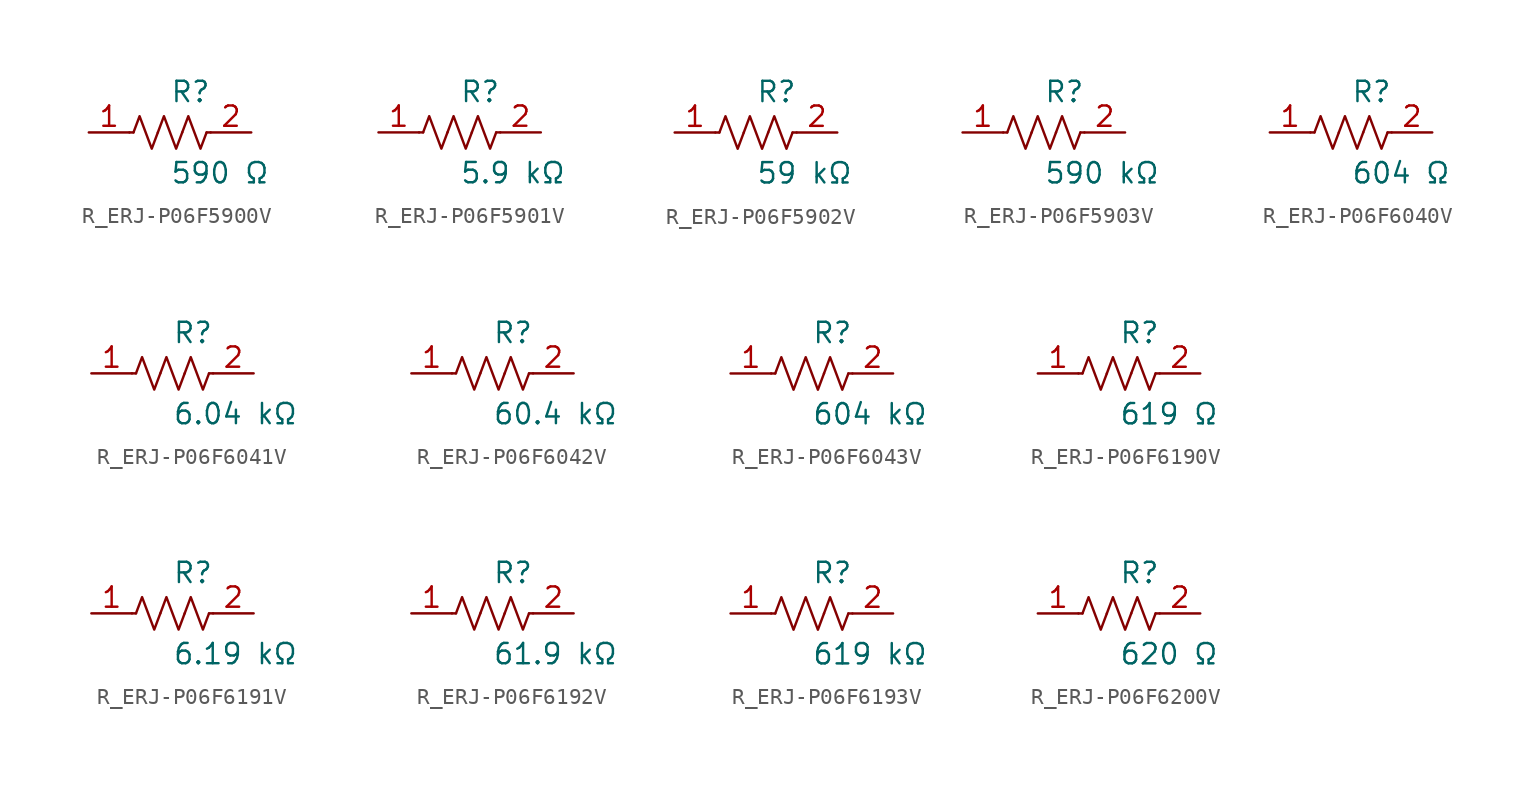
<source format=kicad_sym>
(kicad_symbol_lib
  (version 20231120)
  (generator kicad_symbol_editor)
  (generator_version 8.0)
  (symbol "R_ERJ-P06F5900V"
    (pin_names
      (offset 0.254))
    (property "Reference" "R"
      (at 0 2.54 0)
      (effects (font (size 1.27 1.27)) (justify left)))
    (property "Value" "590 Ω"
      (at 0 -2.54 0)
      (effects (font (size 1.27 1.27)) (justify left)))
    (symbol "R_ERJ-P06F5900V_0_1"
      (polyline (pts (xy 2.286 0) (xy 2.54 0)) (stroke (width 0) (type default)) (fill (type none)))
      (polyline (pts (xy -2.286 0) (xy -2.54 0)) (stroke (width 0) (type default)) (fill (type none)))
      (polyline (pts (xy 0.762 0) (xy 1.143 1.016) (xy 1.524 0) (xy 1.905 -1.016) (xy 2.286 0)) (stroke (width 0) (type default)) (fill (type none)))
      (polyline (pts (xy -0.762 0) (xy -0.381 1.016) (xy 0 0) (xy 0.381 -1.016) (xy 0.762 0)) (stroke (width 0) (type default)) (fill (type none)))
      (polyline (pts (xy -2.286 0) (xy -1.905 1.016) (xy -1.524 0) (xy -1.143 -1.016) (xy -0.762 0)) (stroke (width 0) (type default)) (fill (type none))))
    (pin passive line
      (at -5.08 0 0)
      (length 2.54)
      (name "" (effects (font (size 1.27 1.27))))
      (number "1" (effects (font (size 1.27 1.27)))))
    (pin passive line
      (at 5.08 0 180)
      (length 2.54)
      (name "" (effects (font (size 1.27 1.27))))
      (number "2" (effects (font (size 1.27 1.27))))))
  (symbol "R_ERJ-P06F5901V"
    (pin_names
      (offset 0.254))
    (property "Reference" "R"
      (at 0 2.54 0)
      (effects (font (size 1.27 1.27)) (justify left)))
    (property "Value" "5.9 kΩ"
      (at 0 -2.54 0)
      (effects (font (size 1.27 1.27)) (justify left)))
    (symbol "R_ERJ-P06F5901V_0_1"
      (polyline (pts (xy 2.286 0) (xy 2.54 0)) (stroke (width 0) (type default)) (fill (type none)))
      (polyline (pts (xy -2.286 0) (xy -2.54 0)) (stroke (width 0) (type default)) (fill (type none)))
      (polyline (pts (xy 0.762 0) (xy 1.143 1.016) (xy 1.524 0) (xy 1.905 -1.016) (xy 2.286 0)) (stroke (width 0) (type default)) (fill (type none)))
      (polyline (pts (xy -0.762 0) (xy -0.381 1.016) (xy 0 0) (xy 0.381 -1.016) (xy 0.762 0)) (stroke (width 0) (type default)) (fill (type none)))
      (polyline (pts (xy -2.286 0) (xy -1.905 1.016) (xy -1.524 0) (xy -1.143 -1.016) (xy -0.762 0)) (stroke (width 0) (type default)) (fill (type none))))
    (pin passive line
      (at -5.08 0 0)
      (length 2.54)
      (name "" (effects (font (size 1.27 1.27))))
      (number "1" (effects (font (size 1.27 1.27)))))
    (pin passive line
      (at 5.08 0 180)
      (length 2.54)
      (name "" (effects (font (size 1.27 1.27))))
      (number "2" (effects (font (size 1.27 1.27))))))
  (symbol "R_ERJ-P06F5902V"
    (pin_names
      (offset 0.254))
    (property "Reference" "R"
      (at 0 2.54 0)
      (effects (font (size 1.27 1.27)) (justify left)))
    (property "Value" "59 kΩ"
      (at 0 -2.54 0)
      (effects (font (size 1.27 1.27)) (justify left)))
    (symbol "R_ERJ-P06F5902V_0_1"
      (polyline (pts (xy 2.286 0) (xy 2.54 0)) (stroke (width 0) (type default)) (fill (type none)))
      (polyline (pts (xy -2.286 0) (xy -2.54 0)) (stroke (width 0) (type default)) (fill (type none)))
      (polyline (pts (xy 0.762 0) (xy 1.143 1.016) (xy 1.524 0) (xy 1.905 -1.016) (xy 2.286 0)) (stroke (width 0) (type default)) (fill (type none)))
      (polyline (pts (xy -0.762 0) (xy -0.381 1.016) (xy 0 0) (xy 0.381 -1.016) (xy 0.762 0)) (stroke (width 0) (type default)) (fill (type none)))
      (polyline (pts (xy -2.286 0) (xy -1.905 1.016) (xy -1.524 0) (xy -1.143 -1.016) (xy -0.762 0)) (stroke (width 0) (type default)) (fill (type none))))
    (pin passive line
      (at -5.08 0 0)
      (length 2.54)
      (name "" (effects (font (size 1.27 1.27))))
      (number "1" (effects (font (size 1.27 1.27)))))
    (pin passive line
      (at 5.08 0 180)
      (length 2.54)
      (name "" (effects (font (size 1.27 1.27))))
      (number "2" (effects (font (size 1.27 1.27))))))
  (symbol "R_ERJ-P06F5903V"
    (pin_names
      (offset 0.254))
    (property "Reference" "R"
      (at 0 2.54 0)
      (effects (font (size 1.27 1.27)) (justify left)))
    (property "Value" "590 kΩ"
      (at 0 -2.54 0)
      (effects (font (size 1.27 1.27)) (justify left)))
    (symbol "R_ERJ-P06F5903V_0_1"
      (polyline (pts (xy 2.286 0) (xy 2.54 0)) (stroke (width 0) (type default)) (fill (type none)))
      (polyline (pts (xy -2.286 0) (xy -2.54 0)) (stroke (width 0) (type default)) (fill (type none)))
      (polyline (pts (xy 0.762 0) (xy 1.143 1.016) (xy 1.524 0) (xy 1.905 -1.016) (xy 2.286 0)) (stroke (width 0) (type default)) (fill (type none)))
      (polyline (pts (xy -0.762 0) (xy -0.381 1.016) (xy 0 0) (xy 0.381 -1.016) (xy 0.762 0)) (stroke (width 0) (type default)) (fill (type none)))
      (polyline (pts (xy -2.286 0) (xy -1.905 1.016) (xy -1.524 0) (xy -1.143 -1.016) (xy -0.762 0)) (stroke (width 0) (type default)) (fill (type none))))
    (pin passive line
      (at -5.08 0 0)
      (length 2.54)
      (name "" (effects (font (size 1.27 1.27))))
      (number "1" (effects (font (size 1.27 1.27)))))
    (pin passive line
      (at 5.08 0 180)
      (length 2.54)
      (name "" (effects (font (size 1.27 1.27))))
      (number "2" (effects (font (size 1.27 1.27))))))
  (symbol "R_ERJ-P06F6040V"
    (pin_names
      (offset 0.254))
    (property "Reference" "R"
      (at 0 2.54 0)
      (effects (font (size 1.27 1.27)) (justify left)))
    (property "Value" "604 Ω"
      (at 0 -2.54 0)
      (effects (font (size 1.27 1.27)) (justify left)))
    (symbol "R_ERJ-P06F6040V_0_1"
      (polyline (pts (xy 2.286 0) (xy 2.54 0)) (stroke (width 0) (type default)) (fill (type none)))
      (polyline (pts (xy -2.286 0) (xy -2.54 0)) (stroke (width 0) (type default)) (fill (type none)))
      (polyline (pts (xy 0.762 0) (xy 1.143 1.016) (xy 1.524 0) (xy 1.905 -1.016) (xy 2.286 0)) (stroke (width 0) (type default)) (fill (type none)))
      (polyline (pts (xy -0.762 0) (xy -0.381 1.016) (xy 0 0) (xy 0.381 -1.016) (xy 0.762 0)) (stroke (width 0) (type default)) (fill (type none)))
      (polyline (pts (xy -2.286 0) (xy -1.905 1.016) (xy -1.524 0) (xy -1.143 -1.016) (xy -0.762 0)) (stroke (width 0) (type default)) (fill (type none))))
    (pin passive line
      (at -5.08 0 0)
      (length 2.54)
      (name "" (effects (font (size 1.27 1.27))))
      (number "1" (effects (font (size 1.27 1.27)))))
    (pin passive line
      (at 5.08 0 180)
      (length 2.54)
      (name "" (effects (font (size 1.27 1.27))))
      (number "2" (effects (font (size 1.27 1.27))))))
  (symbol "R_ERJ-P06F6041V"
    (pin_names
      (offset 0.254))
    (property "Reference" "R"
      (at 0 2.54 0)
      (effects (font (size 1.27 1.27)) (justify left)))
    (property "Value" "6.04 kΩ"
      (at 0 -2.54 0)
      (effects (font (size 1.27 1.27)) (justify left)))
    (symbol "R_ERJ-P06F6041V_0_1"
      (polyline (pts (xy 2.286 0) (xy 2.54 0)) (stroke (width 0) (type default)) (fill (type none)))
      (polyline (pts (xy -2.286 0) (xy -2.54 0)) (stroke (width 0) (type default)) (fill (type none)))
      (polyline (pts (xy 0.762 0) (xy 1.143 1.016) (xy 1.524 0) (xy 1.905 -1.016) (xy 2.286 0)) (stroke (width 0) (type default)) (fill (type none)))
      (polyline (pts (xy -0.762 0) (xy -0.381 1.016) (xy 0 0) (xy 0.381 -1.016) (xy 0.762 0)) (stroke (width 0) (type default)) (fill (type none)))
      (polyline (pts (xy -2.286 0) (xy -1.905 1.016) (xy -1.524 0) (xy -1.143 -1.016) (xy -0.762 0)) (stroke (width 0) (type default)) (fill (type none))))
    (pin passive line
      (at -5.08 0 0)
      (length 2.54)
      (name "" (effects (font (size 1.27 1.27))))
      (number "1" (effects (font (size 1.27 1.27)))))
    (pin passive line
      (at 5.08 0 180)
      (length 2.54)
      (name "" (effects (font (size 1.27 1.27))))
      (number "2" (effects (font (size 1.27 1.27))))))
  (symbol "R_ERJ-P06F6042V"
    (pin_names
      (offset 0.254))
    (property "Reference" "R"
      (at 0 2.54 0)
      (effects (font (size 1.27 1.27)) (justify left)))
    (property "Value" "60.4 kΩ"
      (at 0 -2.54 0)
      (effects (font (size 1.27 1.27)) (justify left)))
    (symbol "R_ERJ-P06F6042V_0_1"
      (polyline (pts (xy 2.286 0) (xy 2.54 0)) (stroke (width 0) (type default)) (fill (type none)))
      (polyline (pts (xy -2.286 0) (xy -2.54 0)) (stroke (width 0) (type default)) (fill (type none)))
      (polyline (pts (xy 0.762 0) (xy 1.143 1.016) (xy 1.524 0) (xy 1.905 -1.016) (xy 2.286 0)) (stroke (width 0) (type default)) (fill (type none)))
      (polyline (pts (xy -0.762 0) (xy -0.381 1.016) (xy 0 0) (xy 0.381 -1.016) (xy 0.762 0)) (stroke (width 0) (type default)) (fill (type none)))
      (polyline (pts (xy -2.286 0) (xy -1.905 1.016) (xy -1.524 0) (xy -1.143 -1.016) (xy -0.762 0)) (stroke (width 0) (type default)) (fill (type none))))
    (pin passive line
      (at -5.08 0 0)
      (length 2.54)
      (name "" (effects (font (size 1.27 1.27))))
      (number "1" (effects (font (size 1.27 1.27)))))
    (pin passive line
      (at 5.08 0 180)
      (length 2.54)
      (name "" (effects (font (size 1.27 1.27))))
      (number "2" (effects (font (size 1.27 1.27))))))
  (symbol "R_ERJ-P06F6043V"
    (pin_names
      (offset 0.254))
    (property "Reference" "R"
      (at 0 2.54 0)
      (effects (font (size 1.27 1.27)) (justify left)))
    (property "Value" "604 kΩ"
      (at 0 -2.54 0)
      (effects (font (size 1.27 1.27)) (justify left)))
    (symbol "R_ERJ-P06F6043V_0_1"
      (polyline (pts (xy 2.286 0) (xy 2.54 0)) (stroke (width 0) (type default)) (fill (type none)))
      (polyline (pts (xy -2.286 0) (xy -2.54 0)) (stroke (width 0) (type default)) (fill (type none)))
      (polyline (pts (xy 0.762 0) (xy 1.143 1.016) (xy 1.524 0) (xy 1.905 -1.016) (xy 2.286 0)) (stroke (width 0) (type default)) (fill (type none)))
      (polyline (pts (xy -0.762 0) (xy -0.381 1.016) (xy 0 0) (xy 0.381 -1.016) (xy 0.762 0)) (stroke (width 0) (type default)) (fill (type none)))
      (polyline (pts (xy -2.286 0) (xy -1.905 1.016) (xy -1.524 0) (xy -1.143 -1.016) (xy -0.762 0)) (stroke (width 0) (type default)) (fill (type none))))
    (pin passive line
      (at -5.08 0 0)
      (length 2.54)
      (name "" (effects (font (size 1.27 1.27))))
      (number "1" (effects (font (size 1.27 1.27)))))
    (pin passive line
      (at 5.08 0 180)
      (length 2.54)
      (name "" (effects (font (size 1.27 1.27))))
      (number "2" (effects (font (size 1.27 1.27))))))
  (symbol "R_ERJ-P06F6190V"
    (pin_names
      (offset 0.254))
    (property "Reference" "R"
      (at 0 2.54 0)
      (effects (font (size 1.27 1.27)) (justify left)))
    (property "Value" "619 Ω"
      (at 0 -2.54 0)
      (effects (font (size 1.27 1.27)) (justify left)))
    (symbol "R_ERJ-P06F6190V_0_1"
      (polyline (pts (xy 2.286 0) (xy 2.54 0)) (stroke (width 0) (type default)) (fill (type none)))
      (polyline (pts (xy -2.286 0) (xy -2.54 0)) (stroke (width 0) (type default)) (fill (type none)))
      (polyline (pts (xy 0.762 0) (xy 1.143 1.016) (xy 1.524 0) (xy 1.905 -1.016) (xy 2.286 0)) (stroke (width 0) (type default)) (fill (type none)))
      (polyline (pts (xy -0.762 0) (xy -0.381 1.016) (xy 0 0) (xy 0.381 -1.016) (xy 0.762 0)) (stroke (width 0) (type default)) (fill (type none)))
      (polyline (pts (xy -2.286 0) (xy -1.905 1.016) (xy -1.524 0) (xy -1.143 -1.016) (xy -0.762 0)) (stroke (width 0) (type default)) (fill (type none))))
    (pin passive line
      (at -5.08 0 0)
      (length 2.54)
      (name "" (effects (font (size 1.27 1.27))))
      (number "1" (effects (font (size 1.27 1.27)))))
    (pin passive line
      (at 5.08 0 180)
      (length 2.54)
      (name "" (effects (font (size 1.27 1.27))))
      (number "2" (effects (font (size 1.27 1.27))))))
  (symbol "R_ERJ-P06F6191V"
    (pin_names
      (offset 0.254))
    (property "Reference" "R"
      (at 0 2.54 0)
      (effects (font (size 1.27 1.27)) (justify left)))
    (property "Value" "6.19 kΩ"
      (at 0 -2.54 0)
      (effects (font (size 1.27 1.27)) (justify left)))
    (symbol "R_ERJ-P06F6191V_0_1"
      (polyline (pts (xy 2.286 0) (xy 2.54 0)) (stroke (width 0) (type default)) (fill (type none)))
      (polyline (pts (xy -2.286 0) (xy -2.54 0)) (stroke (width 0) (type default)) (fill (type none)))
      (polyline (pts (xy 0.762 0) (xy 1.143 1.016) (xy 1.524 0) (xy 1.905 -1.016) (xy 2.286 0)) (stroke (width 0) (type default)) (fill (type none)))
      (polyline (pts (xy -0.762 0) (xy -0.381 1.016) (xy 0 0) (xy 0.381 -1.016) (xy 0.762 0)) (stroke (width 0) (type default)) (fill (type none)))
      (polyline (pts (xy -2.286 0) (xy -1.905 1.016) (xy -1.524 0) (xy -1.143 -1.016) (xy -0.762 0)) (stroke (width 0) (type default)) (fill (type none))))
    (pin passive line
      (at -5.08 0 0)
      (length 2.54)
      (name "" (effects (font (size 1.27 1.27))))
      (number "1" (effects (font (size 1.27 1.27)))))
    (pin passive line
      (at 5.08 0 180)
      (length 2.54)
      (name "" (effects (font (size 1.27 1.27))))
      (number "2" (effects (font (size 1.27 1.27))))))
  (symbol "R_ERJ-P06F6192V"
    (pin_names
      (offset 0.254))
    (property "Reference" "R"
      (at 0 2.54 0)
      (effects (font (size 1.27 1.27)) (justify left)))
    (property "Value" "61.9 kΩ"
      (at 0 -2.54 0)
      (effects (font (size 1.27 1.27)) (justify left)))
    (symbol "R_ERJ-P06F6192V_0_1"
      (polyline (pts (xy 2.286 0) (xy 2.54 0)) (stroke (width 0) (type default)) (fill (type none)))
      (polyline (pts (xy -2.286 0) (xy -2.54 0)) (stroke (width 0) (type default)) (fill (type none)))
      (polyline (pts (xy 0.762 0) (xy 1.143 1.016) (xy 1.524 0) (xy 1.905 -1.016) (xy 2.286 0)) (stroke (width 0) (type default)) (fill (type none)))
      (polyline (pts (xy -0.762 0) (xy -0.381 1.016) (xy 0 0) (xy 0.381 -1.016) (xy 0.762 0)) (stroke (width 0) (type default)) (fill (type none)))
      (polyline (pts (xy -2.286 0) (xy -1.905 1.016) (xy -1.524 0) (xy -1.143 -1.016) (xy -0.762 0)) (stroke (width 0) (type default)) (fill (type none))))
    (pin passive line
      (at -5.08 0 0)
      (length 2.54)
      (name "" (effects (font (size 1.27 1.27))))
      (number "1" (effects (font (size 1.27 1.27)))))
    (pin passive line
      (at 5.08 0 180)
      (length 2.54)
      (name "" (effects (font (size 1.27 1.27))))
      (number "2" (effects (font (size 1.27 1.27))))))
  (symbol "R_ERJ-P06F6193V"
    (pin_names
      (offset 0.254))
    (property "Reference" "R"
      (at 0 2.54 0)
      (effects (font (size 1.27 1.27)) (justify left)))
    (property "Value" "619 kΩ"
      (at 0 -2.54 0)
      (effects (font (size 1.27 1.27)) (justify left)))
    (symbol "R_ERJ-P06F6193V_0_1"
      (polyline (pts (xy 2.286 0) (xy 2.54 0)) (stroke (width 0) (type default)) (fill (type none)))
      (polyline (pts (xy -2.286 0) (xy -2.54 0)) (stroke (width 0) (type default)) (fill (type none)))
      (polyline (pts (xy 0.762 0) (xy 1.143 1.016) (xy 1.524 0) (xy 1.905 -1.016) (xy 2.286 0)) (stroke (width 0) (type default)) (fill (type none)))
      (polyline (pts (xy -0.762 0) (xy -0.381 1.016) (xy 0 0) (xy 0.381 -1.016) (xy 0.762 0)) (stroke (width 0) (type default)) (fill (type none)))
      (polyline (pts (xy -2.286 0) (xy -1.905 1.016) (xy -1.524 0) (xy -1.143 -1.016) (xy -0.762 0)) (stroke (width 0) (type default)) (fill (type none))))
    (pin passive line
      (at -5.08 0 0)
      (length 2.54)
      (name "" (effects (font (size 1.27 1.27))))
      (number "1" (effects (font (size 1.27 1.27)))))
    (pin passive line
      (at 5.08 0 180)
      (length 2.54)
      (name "" (effects (font (size 1.27 1.27))))
      (number "2" (effects (font (size 1.27 1.27))))))
  (symbol "R_ERJ-P06F6200V"
    (pin_names
      (offset 0.254))
    (property "Reference" "R"
      (at 0 2.54 0)
      (effects (font (size 1.27 1.27)) (justify left)))
    (property "Value" "620 Ω"
      (at 0 -2.54 0)
      (effects (font (size 1.27 1.27)) (justify left)))
    (symbol "R_ERJ-P06F6200V_0_1"
      (polyline (pts (xy 2.286 0) (xy 2.54 0)) (stroke (width 0) (type default)) (fill (type none)))
      (polyline (pts (xy -2.286 0) (xy -2.54 0)) (stroke (width 0) (type default)) (fill (type none)))
      (polyline (pts (xy 0.762 0) (xy 1.143 1.016) (xy 1.524 0) (xy 1.905 -1.016) (xy 2.286 0)) (stroke (width 0) (type default)) (fill (type none)))
      (polyline (pts (xy -0.762 0) (xy -0.381 1.016) (xy 0 0) (xy 0.381 -1.016) (xy 0.762 0)) (stroke (width 0) (type default)) (fill (type none)))
      (polyline (pts (xy -2.286 0) (xy -1.905 1.016) (xy -1.524 0) (xy -1.143 -1.016) (xy -0.762 0)) (stroke (width 0) (type default)) (fill (type none))))
    (pin passive line
      (at -5.08 0 0)
      (length 2.54)
      (name "" (effects (font (size 1.27 1.27))))
      (number "1" (effects (font (size 1.27 1.27)))))
    (pin passive line
      (at 5.08 0 180)
      (length 2.54)
      (name "" (effects (font (size 1.27 1.27))))
      (number "2" (effects (font (size 1.27 1.27)))))))
</source>
